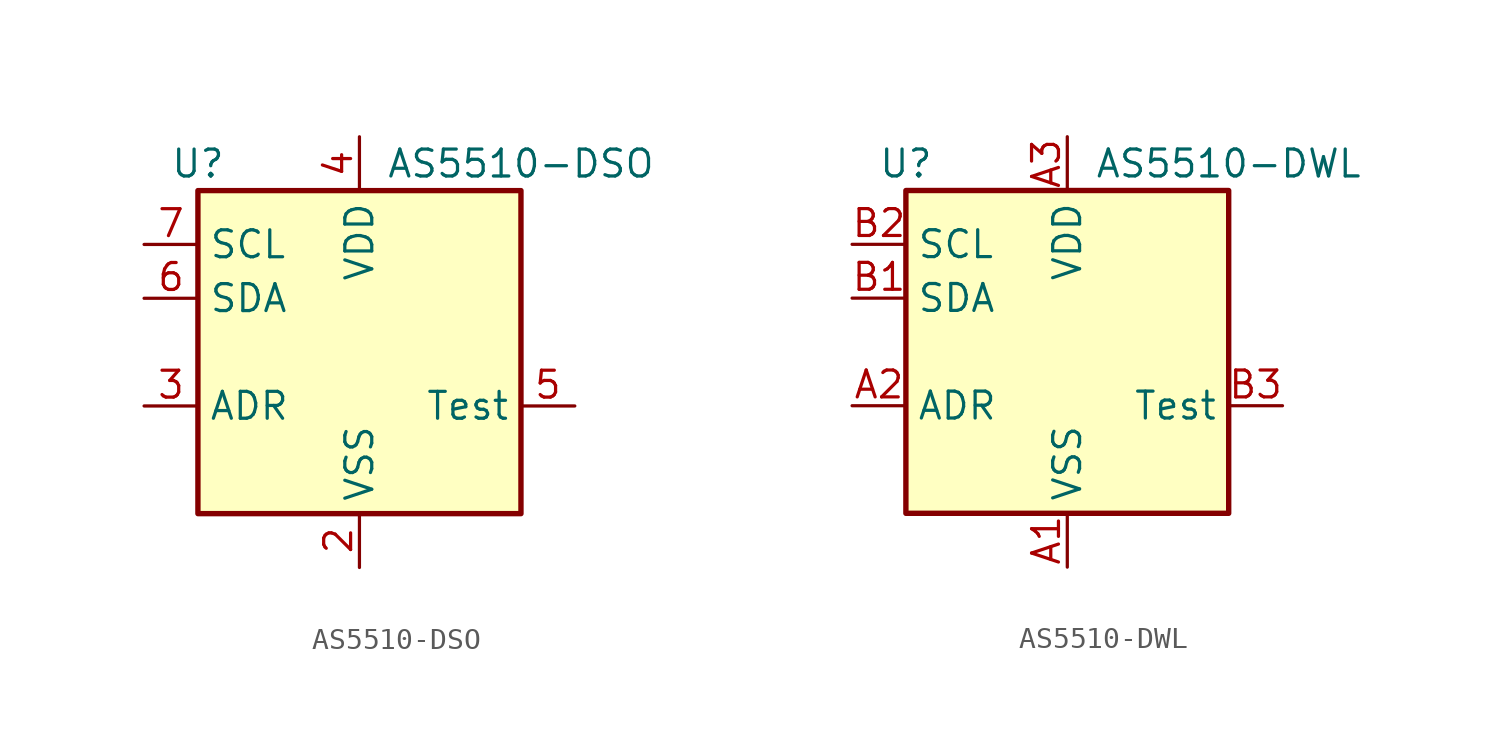
<source format=kicad_sym>
(kicad_symbol_lib
  (version 20241209)
  (generator "kicad_symbol_editor")
  (generator_version "9.0")
  (symbol "AS5510-DSO"
    (property "Reference" "U"
      (at -7.62 8.89 0)
      (effects (font (size 1.27 1.27))))
    (property "Value" "AS5510-DSO"
      (at 7.62 8.89 0)
      (effects (font (size 1.27 1.27))))
    (symbol "AS5510-DSO_1_1"
      (rectangle (start -7.62 7.62) (end 7.62 -7.62) (stroke (width 0.254) (type solid)) (fill (type background)))
      (pin input line (at -10.16 5.08 0) (length 2.54) (name "SCL" (effects (font (size 1.27 1.27)))) (number "7" (effects (font (size 1.27 1.27)))))
      (pin bidirectional line (at -10.16 2.54 0) (length 2.54) (name "SDA" (effects (font (size 1.27 1.27)))) (number "6" (effects (font (size 1.27 1.27)))))
      (pin passive line (at -10.16 -2.54 0) (length 2.54) (name "ADR" (effects (font (size 1.27 1.27)))) (number "3" (effects (font (size 1.27 1.27)))))
      (pin power_in line (at 0 10.16 270) (length 2.54) (name "VDD" (effects (font (size 1.27 1.27)))) (number "4" (effects (font (size 1.27 1.27)))))
      (pin power_in line (at 0 -10.16 90) (length 2.54) (name "VSS" (effects (font (size 1.27 1.27)))) (number "2" (effects (font (size 1.27 1.27)))))
      (pin no_connect line (at 7.62 5.08 180) (length 2.54) (hide yes) (name "NC" (effects (font (size 1.27 1.27)))) (number "8" (effects (font (size 1.27 1.27)))))
      (pin no_connect line (at 7.62 2.54 180) (length 2.54) (hide yes) (name "NC" (effects (font (size 1.27 1.27)))) (number "1" (effects (font (size 1.27 1.27)))))
      (pin input line (at 10.16 -2.54 180) (length 2.54) (name "Test" (effects (font (size 1.27 1.27)))) (number "5" (effects (font (size 1.27 1.27)))))))
  (symbol "AS5510-DWL"
    (property "Reference" "U"
      (at -7.62 8.89 0)
      (effects (font (size 1.27 1.27))))
    (property "Value" "AS5510-DWL"
      (at 7.62 8.89 0)
      (effects (font (size 1.27 1.27))))
    (symbol "AS5510-DWL_1_1"
      (rectangle (start -7.62 7.62) (end 7.62 -7.62) (stroke (width 0.254) (type solid)) (fill (type background)))
      (pin input line (at -10.16 5.08 0) (length 2.54) (name "SCL" (effects (font (size 1.27 1.27)))) (number "B2" (effects (font (size 1.27 1.27)))))
      (pin bidirectional line (at -10.16 2.54 0) (length 2.54) (name "SDA" (effects (font (size 1.27 1.27)))) (number "B1" (effects (font (size 1.27 1.27)))))
      (pin passive line (at -10.16 -2.54 0) (length 2.54) (name "ADR" (effects (font (size 1.27 1.27)))) (number "A2" (effects (font (size 1.27 1.27)))))
      (pin power_in line (at 0 10.16 270) (length 2.54) (name "VDD" (effects (font (size 1.27 1.27)))) (number "A3" (effects (font (size 1.27 1.27)))))
      (pin power_in line (at 0 -10.16 90) (length 2.54) (name "VSS" (effects (font (size 1.27 1.27)))) (number "A1" (effects (font (size 1.27 1.27)))))
      (pin input line (at 10.16 -2.54 180) (length 2.54) (name "Test" (effects (font (size 1.27 1.27)))) (number "B3" (effects (font (size 1.27 1.27))))))))
</source>
